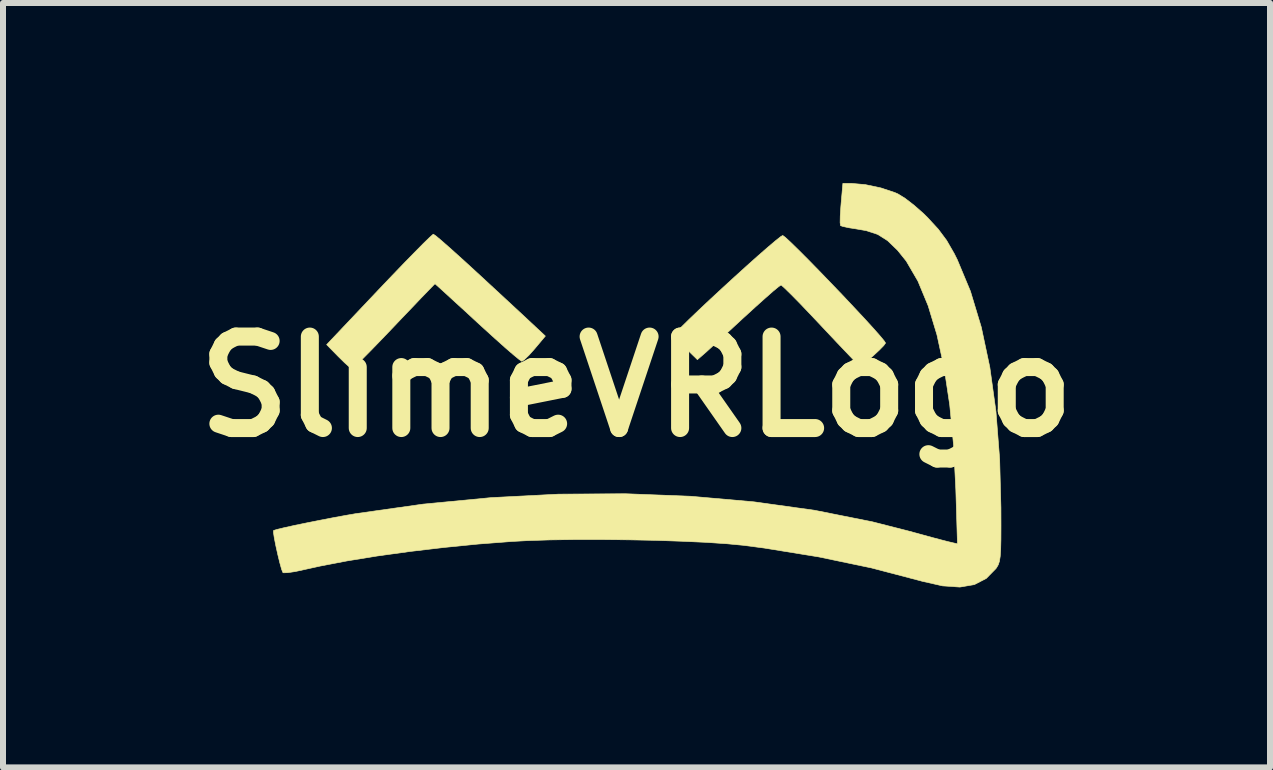
<source format=kicad_pcb>
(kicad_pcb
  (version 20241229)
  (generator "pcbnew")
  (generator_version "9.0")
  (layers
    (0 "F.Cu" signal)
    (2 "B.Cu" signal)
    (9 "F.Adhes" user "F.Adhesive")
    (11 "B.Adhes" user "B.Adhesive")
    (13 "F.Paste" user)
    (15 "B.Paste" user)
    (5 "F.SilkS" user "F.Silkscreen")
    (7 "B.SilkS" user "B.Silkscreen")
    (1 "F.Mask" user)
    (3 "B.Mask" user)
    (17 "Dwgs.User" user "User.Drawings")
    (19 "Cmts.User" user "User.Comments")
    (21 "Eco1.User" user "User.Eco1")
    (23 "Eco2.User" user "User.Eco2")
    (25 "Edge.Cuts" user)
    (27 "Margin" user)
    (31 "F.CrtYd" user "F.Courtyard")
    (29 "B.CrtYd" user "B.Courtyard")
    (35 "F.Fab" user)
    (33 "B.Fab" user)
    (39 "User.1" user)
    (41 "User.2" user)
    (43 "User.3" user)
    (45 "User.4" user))
  (footprint "SlimeVRLogo"
    (layer "F.Cu")
    (at 7.555 3.392)
    (property "Reference" "SlimeVRLogo" (at 0 0 0) (layer "F.SilkS") (effects (font (size 1.524 1.524) (thickness 0.3))))
    (attr through_hole)
    (fp_poly (pts (xy -3.342 -2.511) (xy -3.24 -2.425) (xy -3.081 -2.285) (xy -2.867 -2.092) (xy -2.6 -1.847) (xy -2.282 -1.553) (xy -1.914 -1.212) (xy -1.807 -1.112) (xy -1.519 -0.843) (xy -1.695 -0.633) (xy -1.791 -0.525) (xy -1.87 -0.449) (xy -1.912 -0.423) (xy -1.953 -0.451) (xy -2.047 -0.528) (xy -2.185 -0.647) (xy -2.355 -0.799) (xy -2.55 -0.976) (xy -2.652 -1.069) (xy -2.853 -1.255) (xy -3.033 -1.419) (xy -3.181 -1.555) (xy -3.29 -1.654) (xy -3.349 -1.707) (xy -3.358 -1.714) (xy -3.388 -1.685) (xy -3.468 -1.602) (xy -3.59 -1.476) (xy -3.745 -1.313) (xy -3.926 -1.124) (xy -4.039 -1.005) (xy -4.232 -0.803) (xy -4.405 -0.624) (xy -4.551 -0.476) (xy -4.66 -0.367) (xy -4.725 -0.306) (xy -4.739 -0.296) (xy -4.78 -0.324) (xy -4.862 -0.397) (xy -4.965 -0.498) (xy -5.163 -0.7) (xy -4.292 -1.62) (xy -4.072 -1.851) (xy -3.87 -2.061) (xy -3.693 -2.242) (xy -3.55 -2.387) (xy -3.447 -2.487) (xy -3.392 -2.536) (xy -3.385 -2.54) (xy -3.342 -2.511)) (stroke (width 0.01) (type solid)) (fill yes) (layer "F.SilkS"))
    (fp_poly (pts (xy 2.477 -2.489) (xy 2.566 -2.407) (xy 2.695 -2.281) (xy 2.854 -2.122) (xy 3.034 -1.938) (xy 3.226 -1.739) (xy 3.422 -1.535) (xy 3.611 -1.334) (xy 3.785 -1.148) (xy 3.935 -0.984) (xy 4.051 -0.853) (xy 4.125 -0.764) (xy 4.149 -0.727) (xy 4.119 -0.685) (xy 4.045 -0.609) (xy 3.947 -0.518) (xy 3.847 -0.43) (xy 3.764 -0.365) (xy 3.72 -0.342) (xy 3.719 -0.342) (xy 3.687 -0.372) (xy 3.606 -0.455) (xy 3.484 -0.583) (xy 3.33 -0.745) (xy 3.152 -0.934) (xy 3.072 -1.019) (xy 2.886 -1.216) (xy 2.719 -1.391) (xy 2.579 -1.533) (xy 2.475 -1.635) (xy 2.416 -1.688) (xy 2.407 -1.693) (xy 2.367 -1.666) (xy 2.275 -1.59) (xy 2.142 -1.473) (xy 1.978 -1.326) (xy 1.793 -1.157) (xy 1.789 -1.154) (xy 1.598 -0.977) (xy 1.423 -0.816) (xy 1.274 -0.681) (xy 1.166 -0.582) (xy 1.109 -0.532) (xy 1.014 -0.45) (xy 0.824 -0.636) (xy 0.725 -0.74) (xy 0.657 -0.825) (xy 0.635 -0.867) (xy 0.665 -0.908) (xy 0.749 -0.996) (xy 0.877 -1.122) (xy 1.039 -1.277) (xy 1.226 -1.453) (xy 1.428 -1.64) (xy 1.634 -1.829) (xy 1.836 -2.012) (xy 2.024 -2.18) (xy 2.188 -2.323) (xy 2.318 -2.433) (xy 2.404 -2.501) (xy 2.436 -2.519) (xy 2.477 -2.489)) (stroke (width 0.01) (type solid)) (fill yes) (layer "F.SilkS"))
    (fp_poly (pts (xy 3.812 -3.366) (xy 4.072 -3.311) (xy 4.308 -3.232) (xy 4.359 -3.209) (xy 4.474 -3.138) (xy 4.622 -3.024) (xy 4.779 -2.886) (xy 4.849 -2.817) (xy 5.027 -2.624) (xy 5.167 -2.436) (xy 5.293 -2.217) (xy 5.344 -2.115) (xy 5.563 -1.59) (xy 5.744 -0.991) (xy 5.886 -0.323) (xy 5.988 0.412) (xy 6.05 1.211) (xy 6.071 2.018) (xy 6.072 2.317) (xy 6.071 2.544) (xy 6.067 2.71) (xy 6.059 2.828) (xy 6.046 2.91) (xy 6.027 2.967) (xy 6.001 3.012) (xy 5.988 3.031) (xy 5.826 3.196) (xy 5.628 3.298) (xy 5.387 3.339) (xy 5.098 3.319) (xy 4.754 3.241) (xy 4.741 3.237) (xy 3.914 3.02) (xy 3.034 2.836) (xy 2.129 2.689) (xy 1.778 2.643) (xy 1.504 2.617) (xy 1.161 2.594) (xy 0.765 2.576) (xy 0.333 2.561) (xy -0.119 2.552) (xy -0.576 2.547) (xy -1.022 2.547) (xy -1.439 2.553) (xy -1.814 2.565) (xy -2.074 2.579) (xy -2.635 2.622) (xy -3.207 2.679) (xy -3.774 2.746) (xy -4.318 2.821) (xy -4.822 2.903) (xy -5.27 2.989) (xy -5.524 3.045) (xy -5.684 3.08) (xy -5.81 3.099) (xy -5.883 3.101) (xy -5.891 3.098) (xy -5.912 3.047) (xy -5.942 2.94) (xy -5.976 2.801) (xy -6.009 2.653) (xy -6.035 2.521) (xy -6.049 2.428) (xy -6.048 2.397) (xy -5.996 2.38) (xy -5.876 2.351) (xy -5.705 2.313) (xy -5.497 2.27) (xy -5.27 2.225) (xy -5.038 2.18) (xy -4.818 2.14) (xy -4.678 2.116) (xy -3.555 1.957) (xy -2.426 1.849) (xy -1.3 1.791) (xy -0.188 1.784) (xy 0.901 1.826) (xy 1.956 1.919) (xy 2.968 2.06) (xy 3.927 2.251) (xy 4.508 2.399) (xy 4.726 2.458) (xy 4.926 2.513) (xy 5.089 2.556) (xy 5.194 2.583) (xy 5.203 2.585) (xy 5.347 2.619) (xy 5.32 1.722) (xy 5.283 0.984) (xy 5.218 0.304) (xy 5.125 -0.313) (xy 5.005 -0.865) (xy 4.859 -1.347) (xy 4.689 -1.757) (xy 4.494 -2.092) (xy 4.35 -2.271) (xy 4.182 -2.433) (xy 4.017 -2.537) (xy 3.824 -2.6) (xy 3.673 -2.626) (xy 3.535 -2.648) (xy 3.435 -2.67) (xy 3.399 -2.683) (xy 3.392 -2.732) (xy 3.394 -2.844) (xy 3.404 -2.998) (xy 3.408 -3.046) (xy 3.438 -3.387) (xy 3.576 -3.387) (xy 3.812 -3.366)) (stroke (width 0.01) (type solid)) (fill yes) (layer "F.SilkS")))
  (gr_rect
    (start -3 -3)
    (end 18.109 9.735)
    (stroke (width 0.1) (type default))
    (fill no)
    (layer "Edge.Cuts")))
</source>
